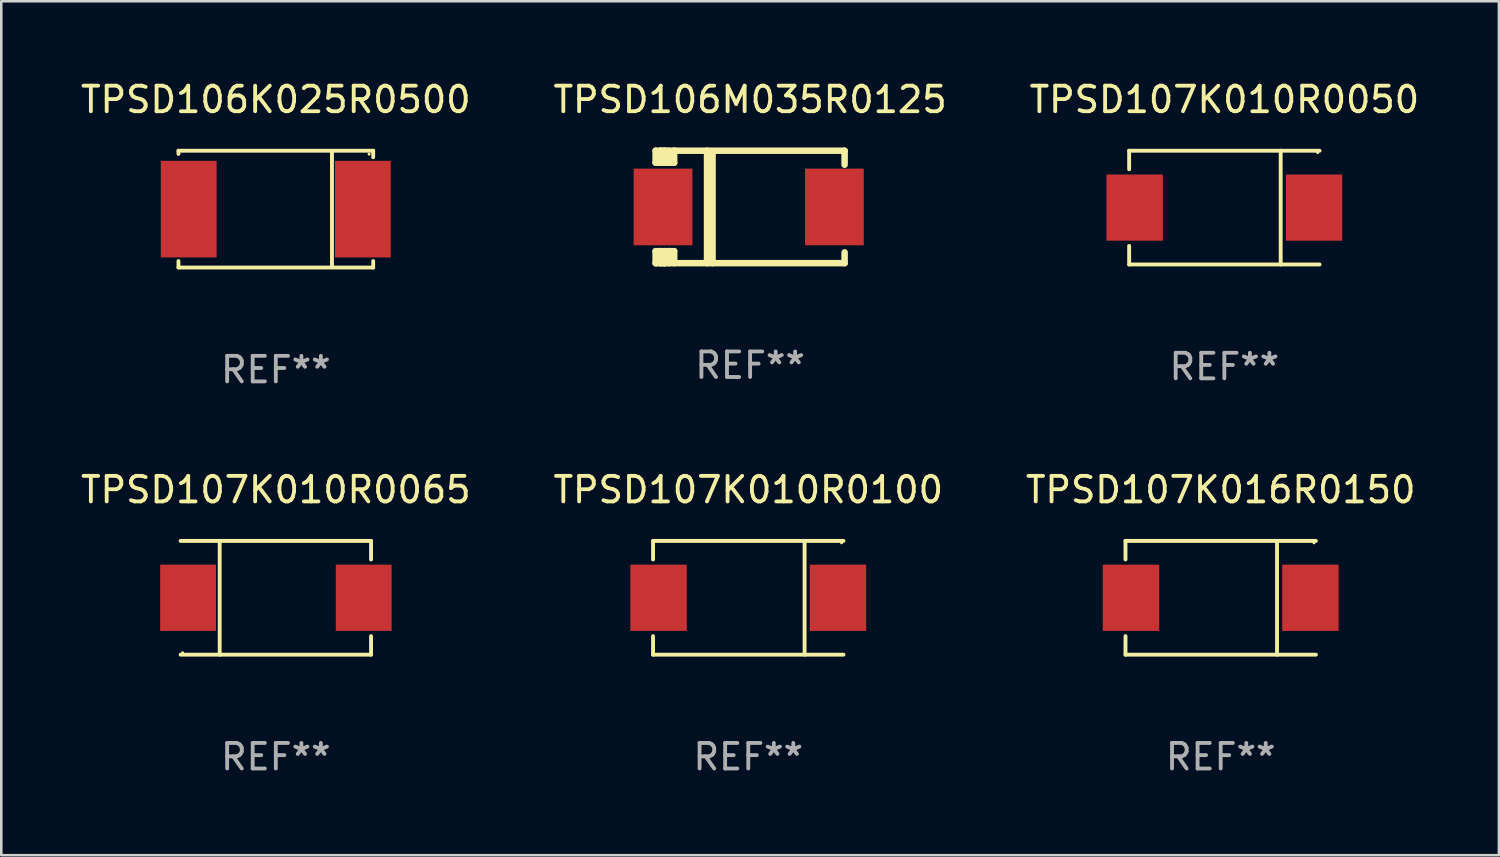
<source format=kicad_pcb>
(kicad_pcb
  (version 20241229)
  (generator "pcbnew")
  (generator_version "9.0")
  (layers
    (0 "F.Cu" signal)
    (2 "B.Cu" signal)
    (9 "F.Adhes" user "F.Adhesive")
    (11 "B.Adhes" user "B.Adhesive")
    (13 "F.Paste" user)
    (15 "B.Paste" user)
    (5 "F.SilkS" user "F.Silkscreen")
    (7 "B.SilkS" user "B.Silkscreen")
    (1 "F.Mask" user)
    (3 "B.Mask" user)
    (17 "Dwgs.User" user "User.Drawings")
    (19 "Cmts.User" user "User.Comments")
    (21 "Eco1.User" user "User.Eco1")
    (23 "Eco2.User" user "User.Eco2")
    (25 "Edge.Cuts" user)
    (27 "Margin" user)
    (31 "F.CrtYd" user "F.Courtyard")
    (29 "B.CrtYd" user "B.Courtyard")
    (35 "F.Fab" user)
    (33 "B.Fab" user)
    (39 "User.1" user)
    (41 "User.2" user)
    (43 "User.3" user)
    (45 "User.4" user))
  (footprint "TPSD106K025R0500"
    (layer "F.Cu")
    (at 7.744 5.134)
    (property "Reference" "TPSD106K025R0500" (at 0 -4.286 0) (layer "F.SilkS") (effects (font (size 1 1) (thickness 0.15))))
    (attr through_hole)
    (fp_line (start -3.81 -2.286) (end -3.81 -2.159) (stroke (width 0.15) (type solid)) (layer "F.SilkS"))
    (fp_line (start -3.81 2.032) (end -3.81 2.286) (stroke (width 0.15) (type solid)) (layer "F.SilkS"))
    (fp_line (start -3.81 2.286) (end 3.81 2.286) (stroke (width 0.15) (type solid)) (layer "F.SilkS"))
    (fp_line (start 2.197 -2.226) (end 2.197 2.226) (stroke (width 0.152) (type solid)) (layer "F.SilkS"))
    (fp_line (start 3.81 -2.286) (end -3.81 -2.286) (stroke (width 0.15) (type solid)) (layer "F.SilkS"))
    (fp_line (start 3.81 -2.032) (end 3.81 -2.286) (stroke (width 0.15) (type solid)) (layer "F.SilkS"))
    (fp_line (start 3.81 2.286) (end 3.81 2.032) (stroke (width 0.15) (type solid)) (layer "F.SilkS"))
    (fp_circle (center 3.65 -2.15) (end 3.68 -2.15) (stroke (width 0.06) (type solid)) (fill no) (layer "F.SilkS"))
    (fp_text user "REF**" (at 0 6.286 0) (layer "F.Fab") (effects (font (size 1 1) (thickness 0.15))))
    (pad "1" smd rect (at 3.404 0 180) (size 2.185 3.78) (layers "F.Cu" "F.Mask" "F.Paste"))
    (pad "2" smd rect (at -3.409 0 180) (size 2.185 3.78) (layers "F.Cu" "F.Mask" "F.Paste")))
  (footprint "TPSD107K016R0150"
    (layer "F.Cu")
    (at 44.72 20.343)
    (property "Reference" "TPSD107K016R0150" (at 0 -4.226 0) (layer "F.SilkS") (effects (font (size 1 1) (thickness 0.15))))
    (attr through_hole)
    (fp_line (start -3.726 -2.226) (end -3.726 -1.499) (stroke (width 0.152) (type solid)) (layer "F.SilkS"))
    (fp_line (start -3.726 -2.226) (end 3.726 -2.226) (stroke (width 0.152) (type solid)) (layer "F.SilkS"))
    (fp_line (start -3.726 2.226) (end -3.726 1.499) (stroke (width 0.152) (type solid)) (layer "F.SilkS"))
    (fp_line (start -3.726 2.226) (end 3.726 2.226) (stroke (width 0.152) (type solid)) (layer "F.SilkS"))
    (fp_line (start 2.204 -2.226) (end 2.204 2.226) (stroke (width 0.152) (type solid)) (layer "F.SilkS"))
    (fp_circle (center 3.65 -2.15) (end 3.68 -2.15) (stroke (width 0.06) (type solid)) (fill no) (layer "F.SilkS"))
    (fp_text user "REF**" (at 0 6.226 0) (layer "F.Fab") (effects (font (size 1 1) (thickness 0.15))))
    (pad "1" smd rect (at 3.511 0) (size 2.207 2.592) (layers "F.Cu" "F.Mask" "F.Paste"))
    (pad "2" smd rect (at -3.511 0) (size 2.207 2.592) (layers "F.Cu" "F.Mask" "F.Paste")))
  (footprint "TPSD107K010R0100"
    (layer "F.Cu")
    (at 26.232 20.343)
    (property "Reference" "TPSD107K010R0100" (at 0 -4.226 0) (layer "F.SilkS") (effects (font (size 1 1) (thickness 0.15))))
    (attr through_hole)
    (fp_line (start -3.726 -2.226) (end -3.726 -1.499) (stroke (width 0.152) (type solid)) (layer "F.SilkS"))
    (fp_line (start -3.726 -2.226) (end 3.726 -2.226) (stroke (width 0.152) (type solid)) (layer "F.SilkS"))
    (fp_line (start -3.726 2.226) (end -3.726 1.499) (stroke (width 0.152) (type solid)) (layer "F.SilkS"))
    (fp_line (start -3.726 2.226) (end 3.726 2.226) (stroke (width 0.152) (type solid)) (layer "F.SilkS"))
    (fp_line (start 2.204 -2.226) (end 2.204 2.226) (stroke (width 0.152) (type solid)) (layer "F.SilkS"))
    (fp_circle (center 3.65 -2.15) (end 3.68 -2.15) (stroke (width 0.06) (type solid)) (fill no) (layer "F.SilkS"))
    (fp_text user "REF**" (at 0 6.226 0) (layer "F.Fab") (effects (font (size 1 1) (thickness 0.15))))
    (pad "1" smd rect (at 3.511 0) (size 2.207 2.592) (layers "F.Cu" "F.Mask" "F.Paste"))
    (pad "2" smd rect (at -3.511 0) (size 2.207 2.592) (layers "F.Cu" "F.Mask" "F.Paste")))
  (footprint "TPSD107K010R0050"
    (layer "F.Cu")
    (at 44.863 5.074)
    (property "Reference" "TPSD107K010R0050" (at 0 -4.226 0) (layer "F.SilkS") (effects (font (size 1 1) (thickness 0.15))))
    (attr through_hole)
    (fp_line (start -3.726 -2.226) (end -3.726 -1.499) (stroke (width 0.152) (type solid)) (layer "F.SilkS"))
    (fp_line (start -3.726 -2.226) (end 3.726 -2.226) (stroke (width 0.152) (type solid)) (layer "F.SilkS"))
    (fp_line (start -3.726 2.226) (end -3.726 1.499) (stroke (width 0.152) (type solid)) (layer "F.SilkS"))
    (fp_line (start -3.726 2.226) (end 3.726 2.226) (stroke (width 0.152) (type solid)) (layer "F.SilkS"))
    (fp_line (start 2.204 -2.226) (end 2.204 2.226) (stroke (width 0.152) (type solid)) (layer "F.SilkS"))
    (fp_circle (center 3.65 -2.15) (end 3.68 -2.15) (stroke (width 0.06) (type solid)) (fill no) (layer "F.SilkS"))
    (fp_text user "REF**" (at 0 6.226 0) (layer "F.Fab") (effects (font (size 1 1) (thickness 0.15))))
    (pad "1" smd rect (at 3.511 0) (size 2.207 2.592) (layers "F.Cu" "F.Mask" "F.Paste"))
    (pad "2" smd rect (at -3.511 0) (size 2.207 2.592) (layers "F.Cu" "F.Mask" "F.Paste")))
  (footprint "TPSD107K010R0065"
    (layer "F.Cu")
    (at 7.744 20.343)
    (property "Reference" "TPSD107K010R0065" (at 0 -4.226 0) (layer "F.SilkS") (effects (font (size 1 1) (thickness 0.15))))
    (attr through_hole)
    (fp_line (start -3.726 -2.226) (end 3.726 -2.226) (stroke (width 0.152) (type solid)) (layer "F.SilkS"))
    (fp_line (start -3.726 2.226) (end 3.726 2.226) (stroke (width 0.152) (type solid)) (layer "F.SilkS"))
    (fp_line (start -2.197 -2.226) (end -2.197 2.226) (stroke (width 0.152) (type solid)) (layer "F.SilkS"))
    (fp_line (start 3.726 -2.226) (end 3.726 -1.499) (stroke (width 0.152) (type solid)) (layer "F.SilkS"))
    (fp_line (start 3.726 2.226) (end 3.726 1.499) (stroke (width 0.152) (type solid)) (layer "F.SilkS"))
    (fp_circle (center -3.65 2.15) (end -3.62 2.15) (stroke (width 0.06) (type solid)) (fill no) (layer "F.SilkS"))
    (fp_text user "REF**" (at 0 6.226 0) (layer "F.Fab") (effects (font (size 1 1) (thickness 0.15))))
    (pad "1" smd rect (at -3.434 0 180) (size 2.185 2.592) (layers "F.Cu" "F.Mask" "F.Paste"))
    (pad "2" smd rect (at 3.439 0 180) (size 2.185 2.592) (layers "F.Cu" "F.Mask" "F.Paste")))
  (footprint "TPSD106M035R0125"
    (layer "F.Cu")
    (at 26.304 5.048)
    (property "Reference" "TPSD106M035R0125" (at 0 -4.2 0) (layer "F.SilkS") (effects (font (size 1 1) (thickness 0.15))))
    (attr through_hole)
    (fp_line (start -3.698 -2.2) (end -3.502 -2.2) (stroke (width 0.254) (type solid)) (layer "F.SilkS"))
    (fp_line (start -3.698 -1.731) (end -3.698 -2.2) (stroke (width 0.254) (type solid)) (layer "F.SilkS"))
    (fp_line (start -3.698 -1.731) (end -3.502 -1.731) (stroke (width 0.254) (type solid)) (layer "F.SilkS"))
    (fp_line (start -3.698 1.731) (end -3.502 1.731) (stroke (width 0.254) (type solid)) (layer "F.SilkS"))
    (fp_line (start -3.698 2.2) (end -3.698 1.731) (stroke (width 0.254) (type solid)) (layer "F.SilkS"))
    (fp_line (start -3.66 2.2) (end -3.698 2.2) (stroke (width 0.254) (type solid)) (layer "F.SilkS"))
    (fp_line (start -3.66 2.2) (end -3.346 2.2) (stroke (width 0.254) (type solid)) (layer "F.SilkS"))
    (fp_line (start -3.502 -2.2) (end 3.698 -2.2) (stroke (width 0.254) (type solid)) (layer "F.SilkS"))
    (fp_line (start -3.502 -1.731) (end -3.502 -2.2) (stroke (width 0.254) (type solid)) (layer "F.SilkS"))
    (fp_line (start -3.502 1.731) (end -3.502 1.778) (stroke (width 0.254) (type solid)) (layer "F.SilkS"))
    (fp_line (start -3.502 1.731) (end -3.178 1.731) (stroke (width 0.254) (type solid)) (layer "F.SilkS"))
    (fp_line (start -3.502 1.778) (end -3.502 1.731) (stroke (width 0.254) (type solid)) (layer "F.SilkS"))
    (fp_line (start -3.502 2.2) (end -3.502 1.778) (stroke (width 0.254) (type solid)) (layer "F.SilkS"))
    (fp_line (start -3.502 2.2) (end 3.698 2.2) (stroke (width 0.254) (type solid)) (layer "F.SilkS"))
    (fp_line (start -3.367 -2.2) (end -3.367 -1.731) (stroke (width 0.254) (type solid)) (layer "F.SilkS"))
    (fp_line (start -3.346 1.731) (end -3.346 2.2) (stroke (width 0.254) (type solid)) (layer "F.SilkS"))
    (fp_line (start -3.346 2.2) (end -3.346 2.2) (stroke (width 0.254) (type solid)) (layer "F.SilkS"))
    (fp_line (start -3.332 1.731) (end -3.346 1.731) (stroke (width 0.254) (type solid)) (layer "F.SilkS"))
    (fp_line (start -3.303 -2.2) (end -3.367 -2.2) (stroke (width 0.254) (type solid)) (layer "F.SilkS"))
    (fp_line (start -3.179 -1.731) (end -3.179 -1.731) (stroke (width 0.254) (type solid)) (layer "F.SilkS"))
    (fp_line (start -3.179 1.731) (end -3.179 2.2) (stroke (width 0.254) (type solid)) (layer "F.SilkS"))
    (fp_line (start -3.178 -1.731) (end -3.502 -1.731) (stroke (width 0.254) (type solid)) (layer "F.SilkS"))
    (fp_line (start -3.178 -1.731) (end -3.179 -1.731) (stroke (width 0.254) (type solid)) (layer "F.SilkS"))
    (fp_line (start -3.178 -1.731) (end -3.178 -2.2) (stroke (width 0.254) (type solid)) (layer "F.SilkS"))
    (fp_line (start -3.178 1.731) (end -3.178 1.731) (stroke (width 0.254) (type solid)) (layer "F.SilkS"))
    (fp_line (start -2.972 -2.2) (end -2.972 -1.731) (stroke (width 0.254) (type solid)) (layer "F.SilkS"))
    (fp_line (start -2.972 -1.731) (end -3.502 -1.731) (stroke (width 0.254) (type solid)) (layer "F.SilkS"))
    (fp_line (start -2.972 1.731) (end -3.179 1.731) (stroke (width 0.254) (type solid)) (layer "F.SilkS"))
    (fp_line (start -2.972 1.731) (end -2.972 2.2) (stroke (width 0.254) (type solid)) (layer "F.SilkS"))
    (fp_line (start -2.957 -2.2) (end -2.972 -2.2) (stroke (width 0.254) (type solid)) (layer "F.SilkS"))
    (fp_line (start -1.686 -2.2) (end -1.686 2.2) (stroke (width 0.254) (type solid)) (layer "F.SilkS"))
    (fp_line (start -1.469 -2.159) (end -1.469 2.2) (stroke (width 0.254) (type solid)) (layer "F.SilkS"))
    (fp_line (start -1.452 -2.159) (end -1.469 -2.159) (stroke (width 0.254) (type solid)) (layer "F.SilkS"))
    (fp_line (start 3.698 -2.2) (end 3.698 -1.651) (stroke (width 0.254) (type solid)) (layer "F.SilkS"))
    (fp_line (start 3.698 2.2) (end 3.698 1.778) (stroke (width 0.254) (type solid)) (layer "F.SilkS"))
    (fp_circle (center -3.552 2.15) (end -3.522 2.15) (stroke (width 0.06) (type solid)) (fill no) (layer "F.SilkS"))
    (fp_text user "REF**" (at 0 6.2 0) (layer "F.Fab") (effects (font (size 1 1) (thickness 0.15))))
    (pad "1" smd rect (at -3.407 0) (size 2.3 3) (layers "F.Cu" "F.Mask" "F.Paste"))
    (pad "2" smd rect (at 3.298 0) (size 2.3 3) (layers "F.Cu" "F.Mask" "F.Paste")))
  (gr_rect
    (start -3 -3)
    (end 55.607 30.417)
    (stroke (width 0.1) (type default))
    (fill no)
    (layer "Edge.Cuts")))
</source>
